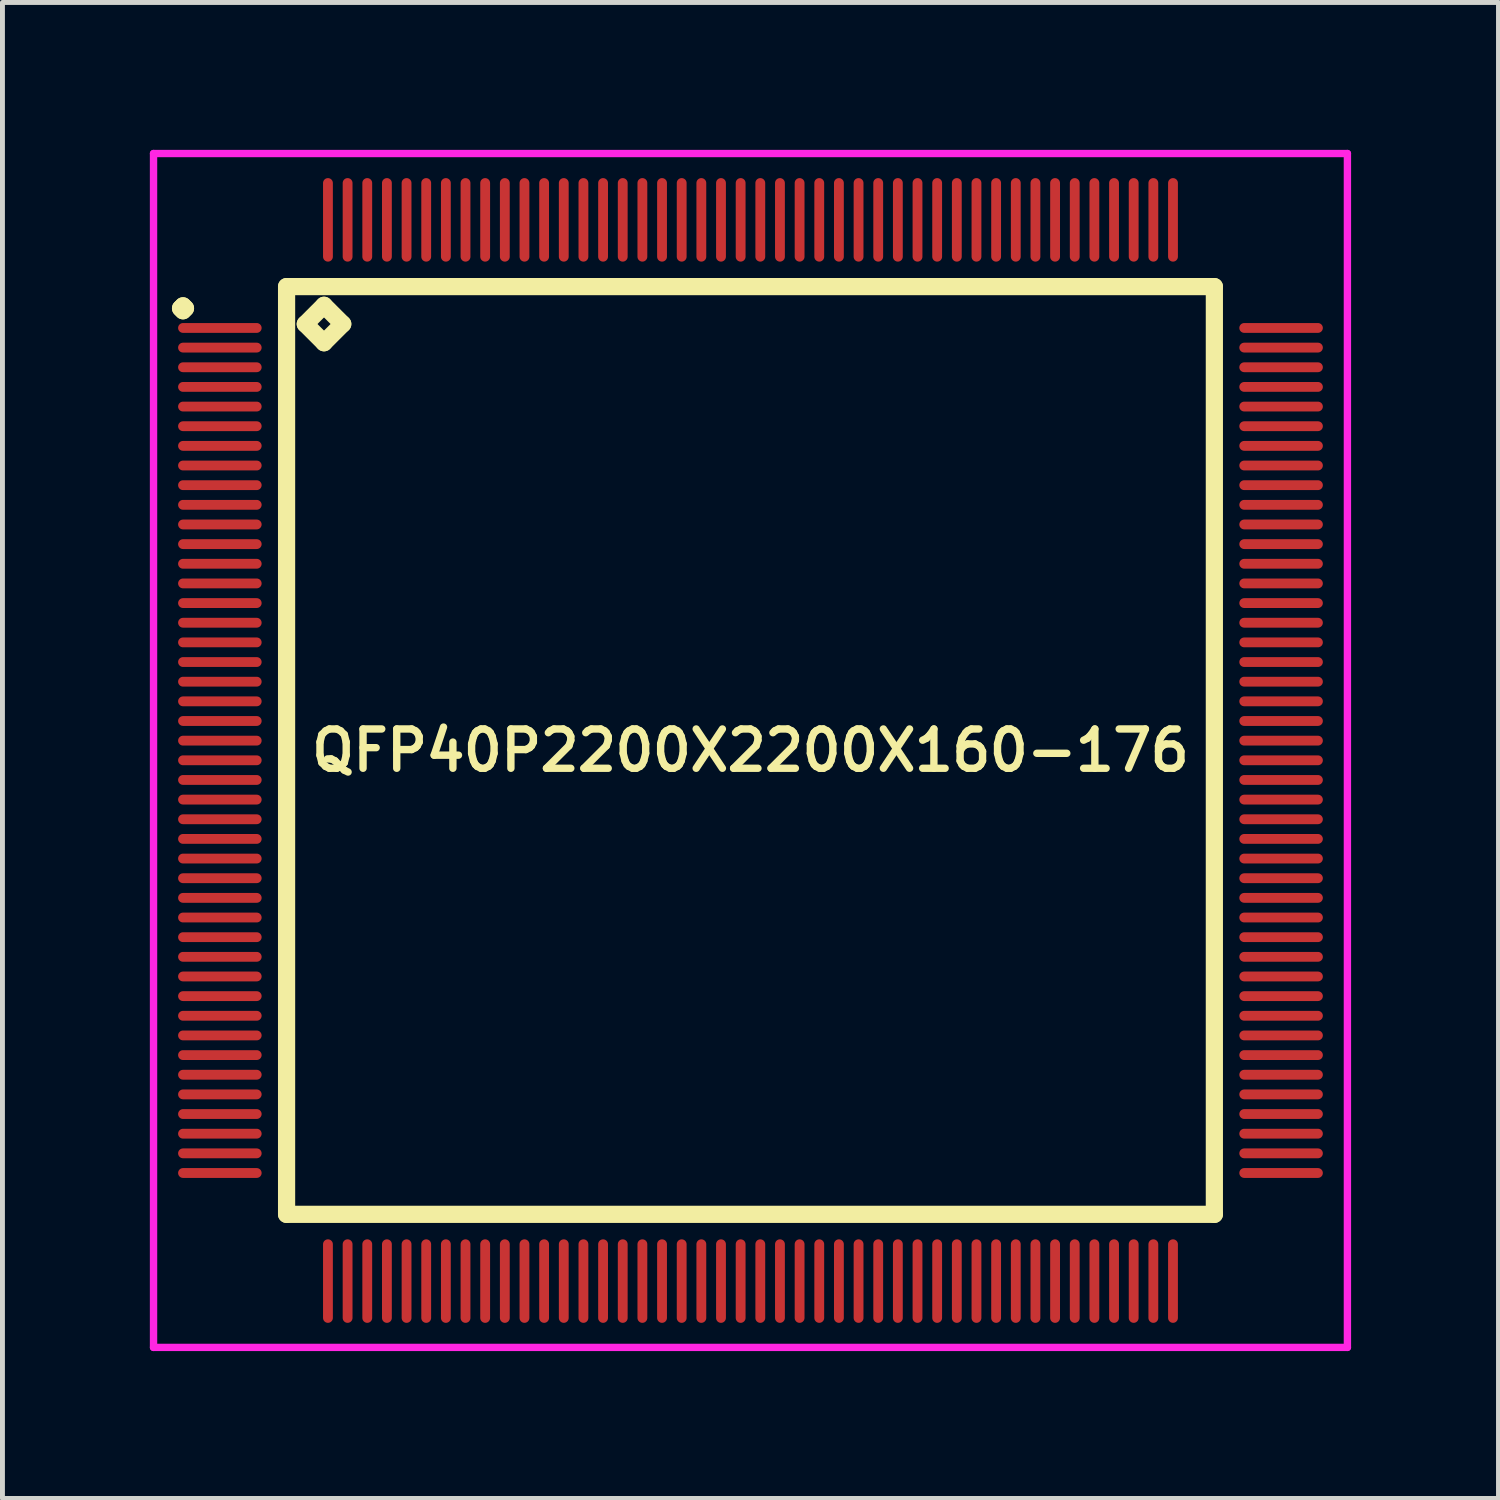
<source format=kicad_pcb>
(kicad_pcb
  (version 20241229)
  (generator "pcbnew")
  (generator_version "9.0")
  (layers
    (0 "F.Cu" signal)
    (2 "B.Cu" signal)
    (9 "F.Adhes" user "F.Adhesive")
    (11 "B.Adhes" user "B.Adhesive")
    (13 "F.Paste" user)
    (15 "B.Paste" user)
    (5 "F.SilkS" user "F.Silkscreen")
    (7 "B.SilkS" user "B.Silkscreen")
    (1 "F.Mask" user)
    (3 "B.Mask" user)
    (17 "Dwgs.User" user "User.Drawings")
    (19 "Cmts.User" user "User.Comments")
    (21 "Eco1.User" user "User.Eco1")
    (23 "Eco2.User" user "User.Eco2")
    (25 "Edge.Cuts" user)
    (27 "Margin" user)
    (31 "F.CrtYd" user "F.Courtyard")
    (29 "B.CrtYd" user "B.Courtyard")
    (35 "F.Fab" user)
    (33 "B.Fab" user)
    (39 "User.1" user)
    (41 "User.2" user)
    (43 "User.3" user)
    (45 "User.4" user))
  (footprint "QFP40P2200X2200X160-176"
    (layer "F.Cu")
    (at 12.225 12.225)
    (property "Reference" "QFP40P2200X2200X160-176" (at 0 0 0) (layer "F.SilkS") (effects (font (size 0.8 0.8) (thickness 0.15))))
    (attr smd)
    (fp_line (start -11.6 -9) (end -11.55 -9.05) (stroke (width 0.35) (type solid)) (layer "F.SilkS"))
    (fp_line (start -11.55 -9.05) (end -11.5 -9) (stroke (width 0.35) (type solid)) (layer "F.SilkS"))
    (fp_line (start -11.55 -8.95) (end -11.6 -9) (stroke (width 0.35) (type solid)) (layer "F.SilkS"))
    (fp_line (start -11.5 -9) (end -11.55 -8.95) (stroke (width 0.35) (type solid)) (layer "F.SilkS"))
    (fp_line (start -9.442 -9.442) (end -9.442 9.442) (stroke (width 0.35) (type solid)) (layer "F.SilkS"))
    (fp_line (start -9.442 9.442) (end 9.442 9.442) (stroke (width 0.35) (type solid)) (layer "F.SilkS"))
    (fp_line (start -9.061 -8.68) (end -8.68 -9.061) (stroke (width 0.35) (type solid)) (layer "F.SilkS"))
    (fp_line (start -8.68 -9.061) (end -8.299 -8.68) (stroke (width 0.35) (type solid)) (layer "F.SilkS"))
    (fp_line (start -8.68 -8.299) (end -9.061 -8.68) (stroke (width 0.35) (type solid)) (layer "F.SilkS"))
    (fp_line (start -8.299 -8.68) (end -8.68 -8.299) (stroke (width 0.35) (type solid)) (layer "F.SilkS"))
    (fp_line (start 9.442 -9.442) (end -9.442 -9.442) (stroke (width 0.35) (type solid)) (layer "F.SilkS"))
    (fp_line (start 9.442 9.442) (end 9.442 -9.442) (stroke (width 0.35) (type solid)) (layer "F.SilkS"))
    (fp_line (start -12.15 -12.15) (end 12.15 -12.15) (stroke (width 0.15) (type solid)) (layer "F.CrtYd"))
    (fp_line (start -12.15 12.15) (end -12.15 -12.15) (stroke (width 0.15) (type solid)) (layer "F.CrtYd"))
    (fp_line (start 12.15 -12.15) (end 12.15 12.15) (stroke (width 0.15) (type solid)) (layer "F.CrtYd"))
    (fp_line (start 12.15 12.15) (end -12.15 12.15) (stroke (width 0.15) (type solid)) (layer "F.CrtYd"))
    (pad "1" smd oval (at -10.8 -8.6) (size 1.7 0.2) (layers "F.Cu" "F.Mask" "F.Paste"))
    (pad "2" smd oval (at -10.8 -8.2) (size 1.7 0.2) (layers "F.Cu" "F.Mask" "F.Paste"))
    (pad "3" smd oval (at -10.8 -7.8) (size 1.7 0.2) (layers "F.Cu" "F.Mask" "F.Paste"))
    (pad "4" smd oval (at -10.8 -7.4) (size 1.7 0.2) (layers "F.Cu" "F.Mask" "F.Paste"))
    (pad "5" smd oval (at -10.8 -7) (size 1.7 0.2) (layers "F.Cu" "F.Mask" "F.Paste"))
    (pad "6" smd oval (at -10.8 -6.6) (size 1.7 0.2) (layers "F.Cu" "F.Mask" "F.Paste"))
    (pad "7" smd oval (at -10.8 -6.2) (size 1.7 0.2) (layers "F.Cu" "F.Mask" "F.Paste"))
    (pad "8" smd oval (at -10.8 -5.8) (size 1.7 0.2) (layers "F.Cu" "F.Mask" "F.Paste"))
    (pad "9" smd oval (at -10.8 -5.4) (size 1.7 0.2) (layers "F.Cu" "F.Mask" "F.Paste"))
    (pad "10" smd oval (at -10.8 -5) (size 1.7 0.2) (layers "F.Cu" "F.Mask" "F.Paste"))
    (pad "11" smd oval (at -10.8 -4.6) (size 1.7 0.2) (layers "F.Cu" "F.Mask" "F.Paste"))
    (pad "12" smd oval (at -10.8 -4.2) (size 1.7 0.2) (layers "F.Cu" "F.Mask" "F.Paste"))
    (pad "13" smd oval (at -10.8 -3.8) (size 1.7 0.2) (layers "F.Cu" "F.Mask" "F.Paste"))
    (pad "14" smd oval (at -10.8 -3.4) (size 1.7 0.2) (layers "F.Cu" "F.Mask" "F.Paste"))
    (pad "15" smd oval (at -10.8 -3) (size 1.7 0.2) (layers "F.Cu" "F.Mask" "F.Paste"))
    (pad "16" smd oval (at -10.8 -2.6) (size 1.7 0.2) (layers "F.Cu" "F.Mask" "F.Paste"))
    (pad "17" smd oval (at -10.8 -2.2) (size 1.7 0.2) (layers "F.Cu" "F.Mask" "F.Paste"))
    (pad "18" smd oval (at -10.8 -1.8) (size 1.7 0.2) (layers "F.Cu" "F.Mask" "F.Paste"))
    (pad "19" smd oval (at -10.8 -1.4) (size 1.7 0.2) (layers "F.Cu" "F.Mask" "F.Paste"))
    (pad "20" smd oval (at -10.8 -1) (size 1.7 0.2) (layers "F.Cu" "F.Mask" "F.Paste"))
    (pad "21" smd oval (at -10.8 -0.6) (size 1.7 0.2) (layers "F.Cu" "F.Mask" "F.Paste"))
    (pad "22" smd oval (at -10.8 -0.2) (size 1.7 0.2) (layers "F.Cu" "F.Mask" "F.Paste"))
    (pad "23" smd oval (at -10.8 0.2) (size 1.7 0.2) (layers "F.Cu" "F.Mask" "F.Paste"))
    (pad "24" smd oval (at -10.8 0.6) (size 1.7 0.2) (layers "F.Cu" "F.Mask" "F.Paste"))
    (pad "25" smd oval (at -10.8 1) (size 1.7 0.2) (layers "F.Cu" "F.Mask" "F.Paste"))
    (pad "26" smd oval (at -10.8 1.4) (size 1.7 0.2) (layers "F.Cu" "F.Mask" "F.Paste"))
    (pad "27" smd oval (at -10.8 1.8) (size 1.7 0.2) (layers "F.Cu" "F.Mask" "F.Paste"))
    (pad "28" smd oval (at -10.8 2.2) (size 1.7 0.2) (layers "F.Cu" "F.Mask" "F.Paste"))
    (pad "29" smd oval (at -10.8 2.6) (size 1.7 0.2) (layers "F.Cu" "F.Mask" "F.Paste"))
    (pad "30" smd oval (at -10.8 3) (size 1.7 0.2) (layers "F.Cu" "F.Mask" "F.Paste"))
    (pad "31" smd oval (at -10.8 3.4) (size 1.7 0.2) (layers "F.Cu" "F.Mask" "F.Paste"))
    (pad "32" smd oval (at -10.8 3.8) (size 1.7 0.2) (layers "F.Cu" "F.Mask" "F.Paste"))
    (pad "33" smd oval (at -10.8 4.2) (size 1.7 0.2) (layers "F.Cu" "F.Mask" "F.Paste"))
    (pad "34" smd oval (at -10.8 4.6) (size 1.7 0.2) (layers "F.Cu" "F.Mask" "F.Paste"))
    (pad "35" smd oval (at -10.8 5) (size 1.7 0.2) (layers "F.Cu" "F.Mask" "F.Paste"))
    (pad "36" smd oval (at -10.8 5.4) (size 1.7 0.2) (layers "F.Cu" "F.Mask" "F.Paste"))
    (pad "37" smd oval (at -10.8 5.8) (size 1.7 0.2) (layers "F.Cu" "F.Mask" "F.Paste"))
    (pad "38" smd oval (at -10.8 6.2) (size 1.7 0.2) (layers "F.Cu" "F.Mask" "F.Paste"))
    (pad "39" smd oval (at -10.8 6.6) (size 1.7 0.2) (layers "F.Cu" "F.Mask" "F.Paste"))
    (pad "40" smd oval (at -10.8 7) (size 1.7 0.2) (layers "F.Cu" "F.Mask" "F.Paste"))
    (pad "41" smd oval (at -10.8 7.4) (size 1.7 0.2) (layers "F.Cu" "F.Mask" "F.Paste"))
    (pad "42" smd oval (at -10.8 7.8) (size 1.7 0.2) (layers "F.Cu" "F.Mask" "F.Paste"))
    (pad "43" smd oval (at -10.8 8.2) (size 1.7 0.2) (layers "F.Cu" "F.Mask" "F.Paste"))
    (pad "44" smd oval (at -10.8 8.6) (size 1.7 0.2) (layers "F.Cu" "F.Mask" "F.Paste"))
    (pad "45" smd oval (at -8.6 10.8) (size 0.2 1.7) (layers "F.Cu" "F.Mask" "F.Paste"))
    (pad "46" smd oval (at -8.2 10.8) (size 0.2 1.7) (layers "F.Cu" "F.Mask" "F.Paste"))
    (pad "47" smd oval (at -7.8 10.8) (size 0.2 1.7) (layers "F.Cu" "F.Mask" "F.Paste"))
    (pad "48" smd oval (at -7.4 10.8) (size 0.2 1.7) (layers "F.Cu" "F.Mask" "F.Paste"))
    (pad "49" smd oval (at -7 10.8) (size 0.2 1.7) (layers "F.Cu" "F.Mask" "F.Paste"))
    (pad "50" smd oval (at -6.6 10.8) (size 0.2 1.7) (layers "F.Cu" "F.Mask" "F.Paste"))
    (pad "51" smd oval (at -6.2 10.8) (size 0.2 1.7) (layers "F.Cu" "F.Mask" "F.Paste"))
    (pad "52" smd oval (at -5.8 10.8) (size 0.2 1.7) (layers "F.Cu" "F.Mask" "F.Paste"))
    (pad "53" smd oval (at -5.4 10.8) (size 0.2 1.7) (layers "F.Cu" "F.Mask" "F.Paste"))
    (pad "54" smd oval (at -5 10.8) (size 0.2 1.7) (layers "F.Cu" "F.Mask" "F.Paste"))
    (pad "55" smd oval (at -4.6 10.8) (size 0.2 1.7) (layers "F.Cu" "F.Mask" "F.Paste"))
    (pad "56" smd oval (at -4.2 10.8) (size 0.2 1.7) (layers "F.Cu" "F.Mask" "F.Paste"))
    (pad "57" smd oval (at -3.8 10.8) (size 0.2 1.7) (layers "F.Cu" "F.Mask" "F.Paste"))
    (pad "58" smd oval (at -3.4 10.8) (size 0.2 1.7) (layers "F.Cu" "F.Mask" "F.Paste"))
    (pad "59" smd oval (at -3 10.8) (size 0.2 1.7) (layers "F.Cu" "F.Mask" "F.Paste"))
    (pad "60" smd oval (at -2.6 10.8) (size 0.2 1.7) (layers "F.Cu" "F.Mask" "F.Paste"))
    (pad "61" smd oval (at -2.2 10.8) (size 0.2 1.7) (layers "F.Cu" "F.Mask" "F.Paste"))
    (pad "62" smd oval (at -1.8 10.8) (size 0.2 1.7) (layers "F.Cu" "F.Mask" "F.Paste"))
    (pad "63" smd oval (at -1.4 10.8) (size 0.2 1.7) (layers "F.Cu" "F.Mask" "F.Paste"))
    (pad "64" smd oval (at -1 10.8) (size 0.2 1.7) (layers "F.Cu" "F.Mask" "F.Paste"))
    (pad "65" smd oval (at -0.6 10.8) (size 0.2 1.7) (layers "F.Cu" "F.Mask" "F.Paste"))
    (pad "66" smd oval (at -0.2 10.8) (size 0.2 1.7) (layers "F.Cu" "F.Mask" "F.Paste"))
    (pad "67" smd oval (at 0.2 10.8) (size 0.2 1.7) (layers "F.Cu" "F.Mask" "F.Paste"))
    (pad "68" smd oval (at 0.6 10.8) (size 0.2 1.7) (layers "F.Cu" "F.Mask" "F.Paste"))
    (pad "69" smd oval (at 1 10.8) (size 0.2 1.7) (layers "F.Cu" "F.Mask" "F.Paste"))
    (pad "70" smd oval (at 1.4 10.8) (size 0.2 1.7) (layers "F.Cu" "F.Mask" "F.Paste"))
    (pad "71" smd oval (at 1.8 10.8) (size 0.2 1.7) (layers "F.Cu" "F.Mask" "F.Paste"))
    (pad "72" smd oval (at 2.2 10.8) (size 0.2 1.7) (layers "F.Cu" "F.Mask" "F.Paste"))
    (pad "73" smd oval (at 2.6 10.8) (size 0.2 1.7) (layers "F.Cu" "F.Mask" "F.Paste"))
    (pad "74" smd oval (at 3 10.8) (size 0.2 1.7) (layers "F.Cu" "F.Mask" "F.Paste"))
    (pad "75" smd oval (at 3.4 10.8) (size 0.2 1.7) (layers "F.Cu" "F.Mask" "F.Paste"))
    (pad "76" smd oval (at 3.8 10.8) (size 0.2 1.7) (layers "F.Cu" "F.Mask" "F.Paste"))
    (pad "77" smd oval (at 4.2 10.8) (size 0.2 1.7) (layers "F.Cu" "F.Mask" "F.Paste"))
    (pad "78" smd oval (at 4.6 10.8) (size 0.2 1.7) (layers "F.Cu" "F.Mask" "F.Paste"))
    (pad "79" smd oval (at 5 10.8) (size 0.2 1.7) (layers "F.Cu" "F.Mask" "F.Paste"))
    (pad "80" smd oval (at 5.4 10.8) (size 0.2 1.7) (layers "F.Cu" "F.Mask" "F.Paste"))
    (pad "81" smd oval (at 5.8 10.8) (size 0.2 1.7) (layers "F.Cu" "F.Mask" "F.Paste"))
    (pad "82" smd oval (at 6.2 10.8) (size 0.2 1.7) (layers "F.Cu" "F.Mask" "F.Paste"))
    (pad "83" smd oval (at 6.6 10.8) (size 0.2 1.7) (layers "F.Cu" "F.Mask" "F.Paste"))
    (pad "84" smd oval (at 7 10.8) (size 0.2 1.7) (layers "F.Cu" "F.Mask" "F.Paste"))
    (pad "85" smd oval (at 7.4 10.8) (size 0.2 1.7) (layers "F.Cu" "F.Mask" "F.Paste"))
    (pad "86" smd oval (at 7.8 10.8) (size 0.2 1.7) (layers "F.Cu" "F.Mask" "F.Paste"))
    (pad "87" smd oval (at 8.2 10.8) (size 0.2 1.7) (layers "F.Cu" "F.Mask" "F.Paste"))
    (pad "88" smd oval (at 8.6 10.8) (size 0.2 1.7) (layers "F.Cu" "F.Mask" "F.Paste"))
    (pad "89" smd oval (at 10.8 8.6) (size 1.7 0.2) (layers "F.Cu" "F.Mask" "F.Paste"))
    (pad "90" smd oval (at 10.8 8.2) (size 1.7 0.2) (layers "F.Cu" "F.Mask" "F.Paste"))
    (pad "91" smd oval (at 10.8 7.8) (size 1.7 0.2) (layers "F.Cu" "F.Mask" "F.Paste"))
    (pad "92" smd oval (at 10.8 7.4) (size 1.7 0.2) (layers "F.Cu" "F.Mask" "F.Paste"))
    (pad "93" smd oval (at 10.8 7) (size 1.7 0.2) (layers "F.Cu" "F.Mask" "F.Paste"))
    (pad "94" smd oval (at 10.8 6.6) (size 1.7 0.2) (layers "F.Cu" "F.Mask" "F.Paste"))
    (pad "95" smd oval (at 10.8 6.2) (size 1.7 0.2) (layers "F.Cu" "F.Mask" "F.Paste"))
    (pad "96" smd oval (at 10.8 5.8) (size 1.7 0.2) (layers "F.Cu" "F.Mask" "F.Paste"))
    (pad "97" smd oval (at 10.8 5.4) (size 1.7 0.2) (layers "F.Cu" "F.Mask" "F.Paste"))
    (pad "98" smd oval (at 10.8 5) (size 1.7 0.2) (layers "F.Cu" "F.Mask" "F.Paste"))
    (pad "99" smd oval (at 10.8 4.6) (size 1.7 0.2) (layers "F.Cu" "F.Mask" "F.Paste"))
    (pad "100" smd oval (at 10.8 4.2) (size 1.7 0.2) (layers "F.Cu" "F.Mask" "F.Paste"))
    (pad "101" smd oval (at 10.8 3.8) (size 1.7 0.2) (layers "F.Cu" "F.Mask" "F.Paste"))
    (pad "102" smd oval (at 10.8 3.4) (size 1.7 0.2) (layers "F.Cu" "F.Mask" "F.Paste"))
    (pad "103" smd oval (at 10.8 3) (size 1.7 0.2) (layers "F.Cu" "F.Mask" "F.Paste"))
    (pad "104" smd oval (at 10.8 2.6) (size 1.7 0.2) (layers "F.Cu" "F.Mask" "F.Paste"))
    (pad "105" smd oval (at 10.8 2.2) (size 1.7 0.2) (layers "F.Cu" "F.Mask" "F.Paste"))
    (pad "106" smd oval (at 10.8 1.8) (size 1.7 0.2) (layers "F.Cu" "F.Mask" "F.Paste"))
    (pad "107" smd oval (at 10.8 1.4) (size 1.7 0.2) (layers "F.Cu" "F.Mask" "F.Paste"))
    (pad "108" smd oval (at 10.8 1) (size 1.7 0.2) (layers "F.Cu" "F.Mask" "F.Paste"))
    (pad "109" smd oval (at 10.8 0.6) (size 1.7 0.2) (layers "F.Cu" "F.Mask" "F.Paste"))
    (pad "110" smd oval (at 10.8 0.2) (size 1.7 0.2) (layers "F.Cu" "F.Mask" "F.Paste"))
    (pad "111" smd oval (at 10.8 -0.2) (size 1.7 0.2) (layers "F.Cu" "F.Mask" "F.Paste"))
    (pad "112" smd oval (at 10.8 -0.6) (size 1.7 0.2) (layers "F.Cu" "F.Mask" "F.Paste"))
    (pad "113" smd oval (at 10.8 -1) (size 1.7 0.2) (layers "F.Cu" "F.Mask" "F.Paste"))
    (pad "114" smd oval (at 10.8 -1.4) (size 1.7 0.2) (layers "F.Cu" "F.Mask" "F.Paste"))
    (pad "115" smd oval (at 10.8 -1.8) (size 1.7 0.2) (layers "F.Cu" "F.Mask" "F.Paste"))
    (pad "116" smd oval (at 10.8 -2.2) (size 1.7 0.2) (layers "F.Cu" "F.Mask" "F.Paste"))
    (pad "117" smd oval (at 10.8 -2.6) (size 1.7 0.2) (layers "F.Cu" "F.Mask" "F.Paste"))
    (pad "118" smd oval (at 10.8 -3) (size 1.7 0.2) (layers "F.Cu" "F.Mask" "F.Paste"))
    (pad "119" smd oval (at 10.8 -3.4) (size 1.7 0.2) (layers "F.Cu" "F.Mask" "F.Paste"))
    (pad "120" smd oval (at 10.8 -3.8) (size 1.7 0.2) (layers "F.Cu" "F.Mask" "F.Paste"))
    (pad "121" smd oval (at 10.8 -4.2) (size 1.7 0.2) (layers "F.Cu" "F.Mask" "F.Paste"))
    (pad "122" smd oval (at 10.8 -4.6) (size 1.7 0.2) (layers "F.Cu" "F.Mask" "F.Paste"))
    (pad "123" smd oval (at 10.8 -5) (size 1.7 0.2) (layers "F.Cu" "F.Mask" "F.Paste"))
    (pad "124" smd oval (at 10.8 -5.4) (size 1.7 0.2) (layers "F.Cu" "F.Mask" "F.Paste"))
    (pad "125" smd oval (at 10.8 -5.8) (size 1.7 0.2) (layers "F.Cu" "F.Mask" "F.Paste"))
    (pad "126" smd oval (at 10.8 -6.2) (size 1.7 0.2) (layers "F.Cu" "F.Mask" "F.Paste"))
    (pad "127" smd oval (at 10.8 -6.6) (size 1.7 0.2) (layers "F.Cu" "F.Mask" "F.Paste"))
    (pad "128" smd oval (at 10.8 -7) (size 1.7 0.2) (layers "F.Cu" "F.Mask" "F.Paste"))
    (pad "129" smd oval (at 10.8 -7.4) (size 1.7 0.2) (layers "F.Cu" "F.Mask" "F.Paste"))
    (pad "130" smd oval (at 10.8 -7.8) (size 1.7 0.2) (layers "F.Cu" "F.Mask" "F.Paste"))
    (pad "131" smd oval (at 10.8 -8.2) (size 1.7 0.2) (layers "F.Cu" "F.Mask" "F.Paste"))
    (pad "132" smd oval (at 10.8 -8.6) (size 1.7 0.2) (layers "F.Cu" "F.Mask" "F.Paste"))
    (pad "133" smd oval (at 8.6 -10.8) (size 0.2 1.7) (layers "F.Cu" "F.Mask" "F.Paste"))
    (pad "134" smd oval (at 8.2 -10.8) (size 0.2 1.7) (layers "F.Cu" "F.Mask" "F.Paste"))
    (pad "135" smd oval (at 7.8 -10.8) (size 0.2 1.7) (layers "F.Cu" "F.Mask" "F.Paste"))
    (pad "136" smd oval (at 7.4 -10.8) (size 0.2 1.7) (layers "F.Cu" "F.Mask" "F.Paste"))
    (pad "137" smd oval (at 7 -10.8) (size 0.2 1.7) (layers "F.Cu" "F.Mask" "F.Paste"))
    (pad "138" smd oval (at 6.6 -10.8) (size 0.2 1.7) (layers "F.Cu" "F.Mask" "F.Paste"))
    (pad "139" smd oval (at 6.2 -10.8) (size 0.2 1.7) (layers "F.Cu" "F.Mask" "F.Paste"))
    (pad "140" smd oval (at 5.8 -10.8) (size 0.2 1.7) (layers "F.Cu" "F.Mask" "F.Paste"))
    (pad "141" smd oval (at 5.4 -10.8) (size 0.2 1.7) (layers "F.Cu" "F.Mask" "F.Paste"))
    (pad "142" smd oval (at 5 -10.8) (size 0.2 1.7) (layers "F.Cu" "F.Mask" "F.Paste"))
    (pad "143" smd oval (at 4.6 -10.8) (size 0.2 1.7) (layers "F.Cu" "F.Mask" "F.Paste"))
    (pad "144" smd oval (at 4.2 -10.8) (size 0.2 1.7) (layers "F.Cu" "F.Mask" "F.Paste"))
    (pad "145" smd oval (at 3.8 -10.8) (size 0.2 1.7) (layers "F.Cu" "F.Mask" "F.Paste"))
    (pad "146" smd oval (at 3.4 -10.8) (size 0.2 1.7) (layers "F.Cu" "F.Mask" "F.Paste"))
    (pad "147" smd oval (at 3 -10.8) (size 0.2 1.7) (layers "F.Cu" "F.Mask" "F.Paste"))
    (pad "148" smd oval (at 2.6 -10.8) (size 0.2 1.7) (layers "F.Cu" "F.Mask" "F.Paste"))
    (pad "149" smd oval (at 2.2 -10.8) (size 0.2 1.7) (layers "F.Cu" "F.Mask" "F.Paste"))
    (pad "150" smd oval (at 1.8 -10.8) (size 0.2 1.7) (layers "F.Cu" "F.Mask" "F.Paste"))
    (pad "151" smd oval (at 1.4 -10.8) (size 0.2 1.7) (layers "F.Cu" "F.Mask" "F.Paste"))
    (pad "152" smd oval (at 1 -10.8) (size 0.2 1.7) (layers "F.Cu" "F.Mask" "F.Paste"))
    (pad "153" smd oval (at 0.6 -10.8) (size 0.2 1.7) (layers "F.Cu" "F.Mask" "F.Paste"))
    (pad "154" smd oval (at 0.2 -10.8) (size 0.2 1.7) (layers "F.Cu" "F.Mask" "F.Paste"))
    (pad "155" smd oval (at -0.2 -10.8) (size 0.2 1.7) (layers "F.Cu" "F.Mask" "F.Paste"))
    (pad "156" smd oval (at -0.6 -10.8) (size 0.2 1.7) (layers "F.Cu" "F.Mask" "F.Paste"))
    (pad "157" smd oval (at -1 -10.8) (size 0.2 1.7) (layers "F.Cu" "F.Mask" "F.Paste"))
    (pad "158" smd oval (at -1.4 -10.8) (size 0.2 1.7) (layers "F.Cu" "F.Mask" "F.Paste"))
    (pad "159" smd oval (at -1.8 -10.8) (size 0.2 1.7) (layers "F.Cu" "F.Mask" "F.Paste"))
    (pad "160" smd oval (at -2.2 -10.8) (size 0.2 1.7) (layers "F.Cu" "F.Mask" "F.Paste"))
    (pad "161" smd oval (at -2.6 -10.8) (size 0.2 1.7) (layers "F.Cu" "F.Mask" "F.Paste"))
    (pad "162" smd oval (at -3 -10.8) (size 0.2 1.7) (layers "F.Cu" "F.Mask" "F.Paste"))
    (pad "163" smd oval (at -3.4 -10.8) (size 0.2 1.7) (layers "F.Cu" "F.Mask" "F.Paste"))
    (pad "164" smd oval (at -3.8 -10.8) (size 0.2 1.7) (layers "F.Cu" "F.Mask" "F.Paste"))
    (pad "165" smd oval (at -4.2 -10.8) (size 0.2 1.7) (layers "F.Cu" "F.Mask" "F.Paste"))
    (pad "166" smd oval (at -4.6 -10.8) (size 0.2 1.7) (layers "F.Cu" "F.Mask" "F.Paste"))
    (pad "167" smd oval (at -5 -10.8) (size 0.2 1.7) (layers "F.Cu" "F.Mask" "F.Paste"))
    (pad "168" smd oval (at -5.4 -10.8) (size 0.2 1.7) (layers "F.Cu" "F.Mask" "F.Paste"))
    (pad "169" smd oval (at -5.8 -10.8) (size 0.2 1.7) (layers "F.Cu" "F.Mask" "F.Paste"))
    (pad "170" smd oval (at -6.2 -10.8) (size 0.2 1.7) (layers "F.Cu" "F.Mask" "F.Paste"))
    (pad "171" smd oval (at -6.6 -10.8) (size 0.2 1.7) (layers "F.Cu" "F.Mask" "F.Paste"))
    (pad "172" smd oval (at -7 -10.8) (size 0.2 1.7) (layers "F.Cu" "F.Mask" "F.Paste"))
    (pad "173" smd oval (at -7.4 -10.8) (size 0.2 1.7) (layers "F.Cu" "F.Mask" "F.Paste"))
    (pad "174" smd oval (at -7.8 -10.8) (size 0.2 1.7) (layers "F.Cu" "F.Mask" "F.Paste"))
    (pad "175" smd oval (at -8.2 -10.8) (size 0.2 1.7) (layers "F.Cu" "F.Mask" "F.Paste"))
    (pad "176" smd oval (at -8.6 -10.8) (size 0.2 1.7) (layers "F.Cu" "F.Mask" "F.Paste")))
  (gr_rect
    (start -3 -3)
    (end 27.45 27.45)
    (stroke (width 0.1) (type default))
    (fill no)
    (layer "Edge.Cuts")))
</source>
